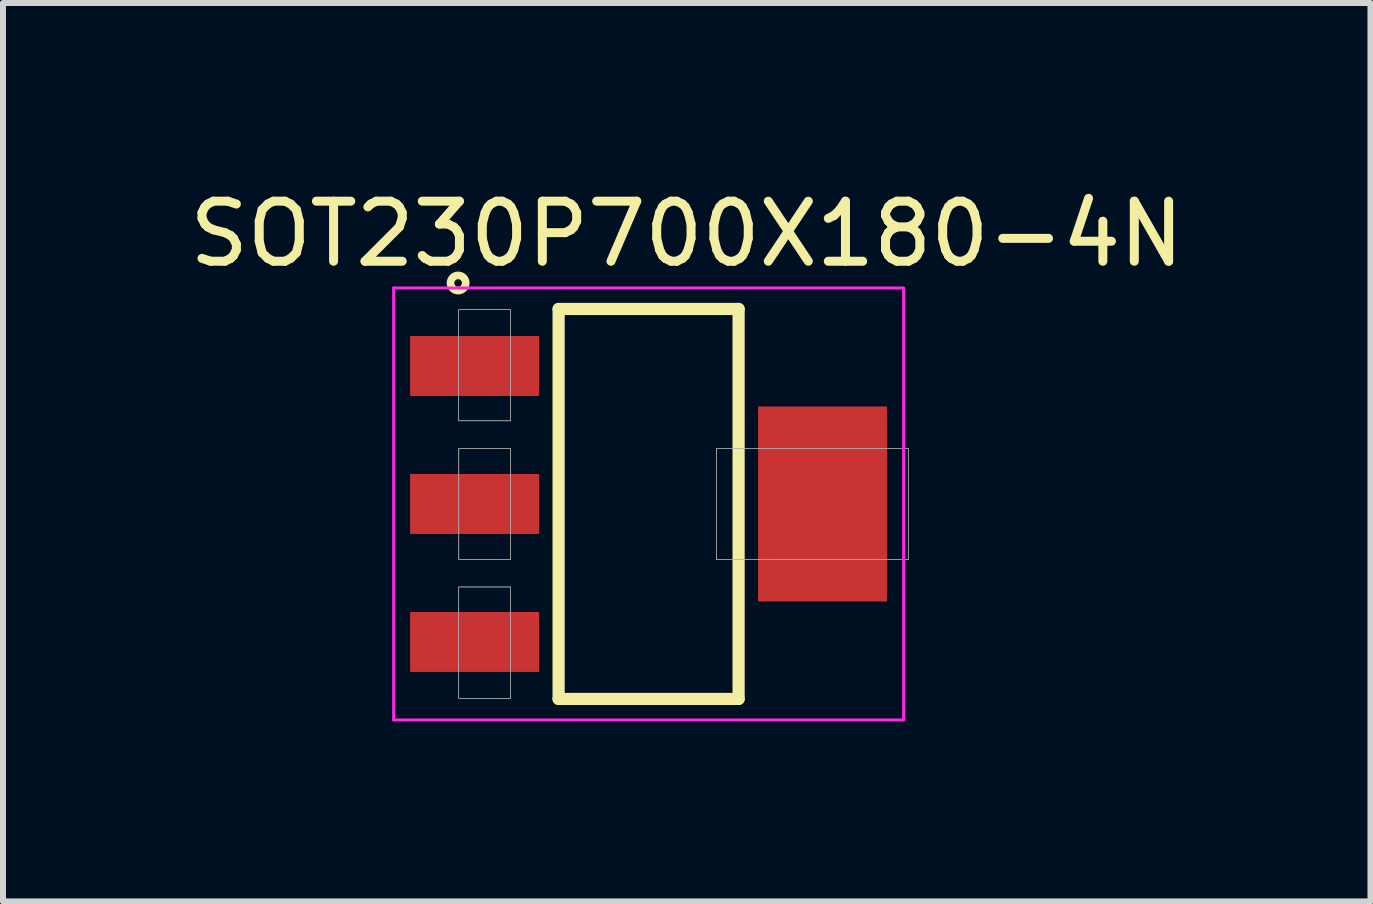
<source format=kicad_pcb>
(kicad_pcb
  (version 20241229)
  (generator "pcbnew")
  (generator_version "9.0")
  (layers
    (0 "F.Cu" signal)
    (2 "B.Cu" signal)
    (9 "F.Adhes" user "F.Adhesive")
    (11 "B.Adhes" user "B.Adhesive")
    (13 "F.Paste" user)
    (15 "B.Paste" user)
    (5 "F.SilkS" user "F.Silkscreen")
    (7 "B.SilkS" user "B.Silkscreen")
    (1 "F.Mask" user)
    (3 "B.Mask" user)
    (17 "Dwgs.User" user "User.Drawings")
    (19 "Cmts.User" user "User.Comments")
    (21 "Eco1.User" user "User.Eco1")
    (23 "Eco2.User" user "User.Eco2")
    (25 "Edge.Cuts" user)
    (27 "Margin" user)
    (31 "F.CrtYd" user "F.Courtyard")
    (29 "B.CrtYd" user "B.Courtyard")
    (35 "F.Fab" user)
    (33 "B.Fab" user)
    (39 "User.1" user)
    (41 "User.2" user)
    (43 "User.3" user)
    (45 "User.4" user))
  (footprint "SOT230P700X180-4N"
    (layer "F.Cu")
    (at 7.761 5.35)
    (property "Reference" "SOT230P700X180-4N" (at 0.636 -4.501 0) (layer "F.SilkS") (effects (font (size 1.001 1.001) (thickness 0.15))))
    (attr smd)
    (fp_line (start -1.5 -3.25) (end 1.5 -3.25) (stroke (width 0.203) (type solid)) (layer "F.SilkS"))
    (fp_line (start -1.5 3.25) (end -1.5 -3.25) (stroke (width 0.203) (type solid)) (layer "F.SilkS"))
    (fp_line (start 1.5 -3.25) (end 1.5 3.25) (stroke (width 0.203) (type solid)) (layer "F.SilkS"))
    (fp_line (start 1.5 3.25) (end -1.5 3.25) (stroke (width 0.203) (type solid)) (layer "F.SilkS"))
    (fp_circle (center -3.175 -3.683) (end -3.048 -3.683) (stroke (width 0.127) (type solid)) (fill no) (layer "F.SilkS"))
    (fp_line (start -4.25 -3.6) (end 4.25 -3.6) (stroke (width 0.05) (type solid)) (layer "F.CrtYd"))
    (fp_line (start -4.25 3.6) (end -4.25 -3.6) (stroke (width 0.05) (type solid)) (layer "F.CrtYd"))
    (fp_line (start 4.25 -3.6) (end 4.25 3.6) (stroke (width 0.05) (type solid)) (layer "F.CrtYd"))
    (fp_line (start 4.25 3.6) (end -4.25 3.6) (stroke (width 0.05) (type solid)) (layer "F.CrtYd"))
    (fp_poly (pts (xy -3.167 -3.239) (xy -2.299 -3.239) (xy -2.299 -1.387) (xy -3.167 -1.387)) (stroke (width 0.01) (type solid)) (fill no) (layer "F.Fab"))
    (fp_poly (pts (xy -3.166 -3.239) (xy -2.299 -3.239) (xy -2.299 -1.386) (xy -3.166 -1.386)) (stroke (width 0.01) (type solid)) (fill no) (layer "F.Fab"))
    (fp_poly (pts (xy -3.165 1.384) (xy -2.299 1.384) (xy -2.299 3.242) (xy -3.165 3.242)) (stroke (width 0.01) (type solid)) (fill no) (layer "F.Fab"))
    (fp_poly (pts (xy -3.165 1.384) (xy -2.299 1.384) (xy -2.299 3.241) (xy -3.165 3.241)) (stroke (width 0.01) (type solid)) (fill no) (layer "F.Fab"))
    (fp_poly (pts (xy -3.164 -0.927) (xy -2.299 -0.927) (xy -2.299 0.928) (xy -3.164 0.928)) (stroke (width 0.01) (type solid)) (fill no) (layer "F.Fab"))
    (fp_poly (pts (xy -3.164 -0.927) (xy -2.299 -0.927) (xy -2.299 0.927) (xy -3.164 0.927)) (stroke (width 0.01) (type solid)) (fill no) (layer "F.Fab"))
    (fp_poly (pts (xy 1.132 -0.927) (xy 4.331 -0.927) (xy 4.331 0.929) (xy 1.132 0.929)) (stroke (width 0.01) (type solid)) (fill no) (layer "F.Fab"))
    (fp_poly (pts (xy 1.132 -0.927) (xy 4.331 -0.927) (xy 4.331 0.929) (xy 1.132 0.929)) (stroke (width 0.01) (type solid)) (fill no) (layer "F.Fab"))
    (pad "1" smd rect (at -2.9 -2.3 270) (size 1 2.15) (layers "F.Cu" "F.Mask" "F.Paste"))
    (pad "2" smd rect (at -2.9 0 270) (size 1 2.15) (layers "F.Cu" "F.Mask" "F.Paste"))
    (pad "3" smd rect (at -2.9 2.3 270) (size 1 2.15) (layers "F.Cu" "F.Mask" "F.Paste"))
    (pad "4" smd rect (at 2.9 0 270) (size 3.25 2.15) (layers "F.Cu" "F.Mask" "F.Paste")))
  (gr_rect
    (start -3 -3)
    (end 19.793 11.975)
    (stroke (width 0.1) (type default))
    (fill no)
    (layer "Edge.Cuts")))
</source>
